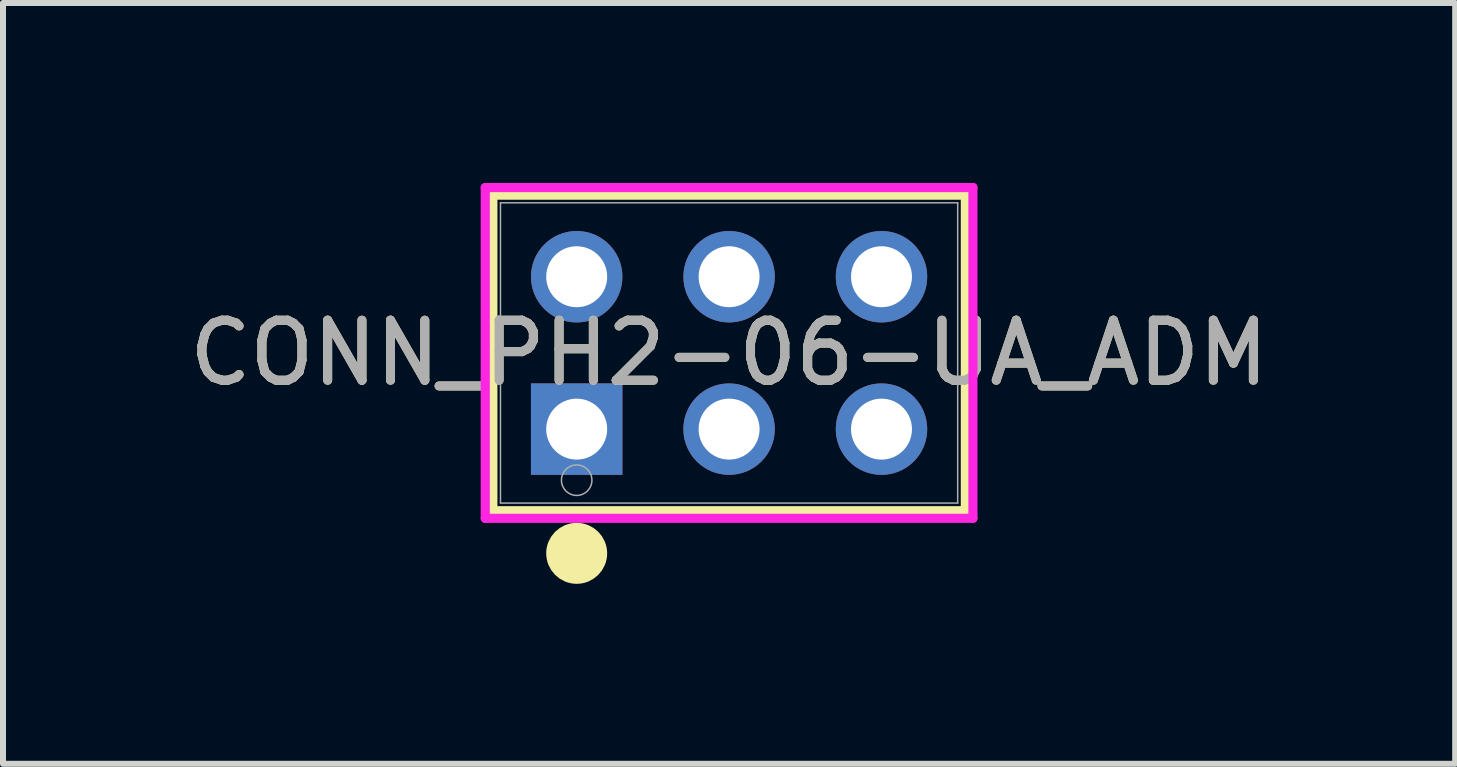
<source format=kicad_pcb>
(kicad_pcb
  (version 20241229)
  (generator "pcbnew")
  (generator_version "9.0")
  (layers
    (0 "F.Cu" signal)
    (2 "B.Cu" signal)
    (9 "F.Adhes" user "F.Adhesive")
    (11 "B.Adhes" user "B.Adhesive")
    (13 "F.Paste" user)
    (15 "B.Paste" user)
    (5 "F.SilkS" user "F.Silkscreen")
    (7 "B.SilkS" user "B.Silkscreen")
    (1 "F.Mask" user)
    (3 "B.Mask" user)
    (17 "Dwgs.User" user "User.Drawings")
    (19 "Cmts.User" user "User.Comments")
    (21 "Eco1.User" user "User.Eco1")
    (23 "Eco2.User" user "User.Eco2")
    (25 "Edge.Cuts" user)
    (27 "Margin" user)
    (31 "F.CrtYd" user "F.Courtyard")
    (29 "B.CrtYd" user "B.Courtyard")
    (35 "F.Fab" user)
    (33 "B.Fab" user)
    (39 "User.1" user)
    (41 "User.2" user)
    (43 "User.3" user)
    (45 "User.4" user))
  (footprint "CONN_PH2-06-UA_ADM"
    (layer "F.Cu")
    (at 6.561 4.102)
    (property "Reference" "CONN_PH2-06-UA_ADM" (at 2.54 -1.27 0) (unlocked yes) (layer "F.SilkS") (effects (font (size 1 1) (thickness 0.15))))
    (attr through_hole)
    (fp_line (start -1.397 -3.899) (end -1.397 1.359) (stroke (width 0.152) (type solid)) (layer "F.SilkS"))
    (fp_line (start -1.397 1.359) (end 6.477 1.359) (stroke (width 0.152) (type solid)) (layer "F.SilkS"))
    (fp_line (start 6.477 -3.899) (end -1.397 -3.899) (stroke (width 0.152) (type solid)) (layer "F.SilkS"))
    (fp_line (start 6.477 1.359) (end 6.477 -3.899) (stroke (width 0.152) (type solid)) (layer "F.SilkS"))
    (fp_circle (center 0 2.07) (end 0.254 2.07) (stroke (width 0.508) (type solid)) (fill no) (layer "F.SilkS"))
    (fp_line (start -1.524 -4.026) (end -1.524 1.486) (stroke (width 0.152) (type solid)) (layer "F.CrtYd"))
    (fp_line (start -1.524 1.486) (end 6.604 1.486) (stroke (width 0.152) (type solid)) (layer "F.CrtYd"))
    (fp_line (start 6.604 -4.026) (end -1.524 -4.026) (stroke (width 0.152) (type solid)) (layer "F.CrtYd"))
    (fp_line (start 6.604 1.486) (end 6.604 -4.026) (stroke (width 0.152) (type solid)) (layer "F.CrtYd"))
    (fp_line (start -1.27 -3.772) (end -1.27 1.232) (stroke (width 0.025) (type solid)) (layer "F.Fab"))
    (fp_line (start -1.27 1.232) (end 6.35 1.232) (stroke (width 0.025) (type solid)) (layer "F.Fab"))
    (fp_line (start 6.35 -3.772) (end -1.27 -3.772) (stroke (width 0.025) (type solid)) (layer "F.Fab"))
    (fp_line (start 6.35 1.232) (end 6.35 -3.772) (stroke (width 0.025) (type solid)) (layer "F.Fab"))
    (fp_circle (center 0 0.851) (end 0.254 0.851) (stroke (width 0.025) (type solid)) (fill no) (layer "F.Fab"))
    (fp_text user "${REFERENCE}" (at 2.54 -1.27 0) (unlocked yes) (layer "F.Fab") (effects (font (size 1 1) (thickness 0.15))))
    (pad "1" thru_hole rect (at 0 0) (size 1.524 1.524) (drill 1.016) (layers "*.Cu" "*.Mask"))
    (pad "2" thru_hole circle (at 0 -2.54) (size 1.524 1.524) (drill 1.016) (layers "*.Cu" "*.Mask"))
    (pad "3" thru_hole circle (at 2.54 0) (size 1.524 1.524) (drill 1.016) (layers "*.Cu" "*.Mask"))
    (pad "4" thru_hole circle (at 2.54 -2.54) (size 1.524 1.524) (drill 1.016) (layers "*.Cu" "*.Mask"))
    (pad "5" thru_hole circle (at 5.08 0) (size 1.524 1.524) (drill 1.016) (layers "*.Cu" "*.Mask"))
    (pad "6" thru_hole circle (at 5.08 -2.54) (size 1.524 1.524) (drill 1.016) (layers "*.Cu" "*.Mask")))
  (gr_rect
    (start -3 -3)
    (end 21.202 9.68)
    (stroke (width 0.1) (type default))
    (fill no)
    (layer "Edge.Cuts")))
</source>
